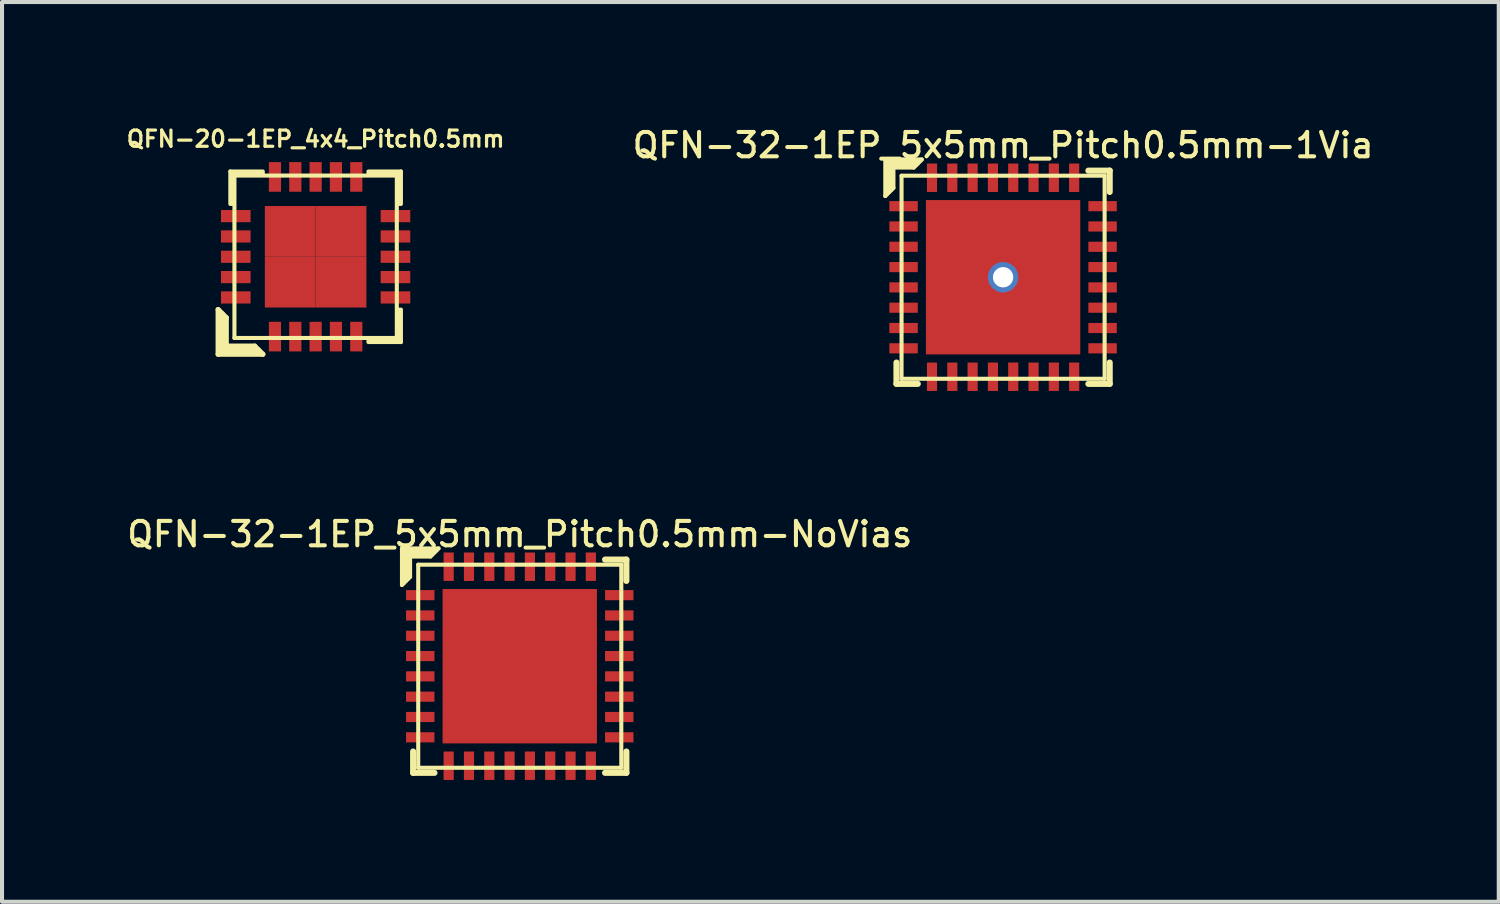
<source format=kicad_pcb>
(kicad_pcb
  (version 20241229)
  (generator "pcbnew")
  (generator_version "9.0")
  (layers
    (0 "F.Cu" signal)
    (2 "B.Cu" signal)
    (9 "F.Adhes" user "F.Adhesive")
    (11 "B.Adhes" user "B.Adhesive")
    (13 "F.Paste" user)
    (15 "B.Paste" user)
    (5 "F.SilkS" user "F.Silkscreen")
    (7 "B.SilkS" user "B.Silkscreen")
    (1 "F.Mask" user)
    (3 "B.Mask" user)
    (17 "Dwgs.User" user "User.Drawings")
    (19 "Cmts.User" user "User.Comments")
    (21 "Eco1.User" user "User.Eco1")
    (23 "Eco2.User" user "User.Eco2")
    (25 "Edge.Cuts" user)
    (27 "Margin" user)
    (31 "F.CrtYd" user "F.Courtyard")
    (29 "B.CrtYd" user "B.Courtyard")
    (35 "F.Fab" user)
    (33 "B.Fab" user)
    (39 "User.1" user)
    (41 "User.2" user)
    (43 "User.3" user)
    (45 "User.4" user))
  (footprint "QFN-32-1EP_5x5mm_Pitch0.5mm-1Via"
    (layer "F.Cu")
    (at 21.647 3.776)
    (property "Reference" "QFN-32-1EP_5x5mm_Pitch0.5mm-1Via" (at 0 -3.25 0) (layer "F.SilkS") (effects (font (size 0.6 0.6) (thickness 0.1))))
    (attr smd)
    (fp_line (start -2.9 -2.9) (end -2.9 -2) (stroke (width 0.1) (type solid)) (layer "F.SilkS"))
    (fp_line (start -2.9 -2) (end -2.7 -2.2) (stroke (width 0.1) (type solid)) (layer "F.SilkS"))
    (fp_line (start -2.85 -2.85) (end -2.05 -2.85) (stroke (width 0.1) (type solid)) (layer "F.SilkS"))
    (fp_line (start -2.85 -2.05) (end -2.85 -2.85) (stroke (width 0.1) (type solid)) (layer "F.SilkS"))
    (fp_line (start -2.8 -2.1) (end -2.8 -2.8) (stroke (width 0.1) (type solid)) (layer "F.SilkS"))
    (fp_line (start -2.75 -2.75) (end -2.15 -2.75) (stroke (width 0.1) (type solid)) (layer "F.SilkS"))
    (fp_line (start -2.75 -2.15) (end -2.75 -2.75) (stroke (width 0.1) (type solid)) (layer "F.SilkS"))
    (fp_line (start -2.7 -2.2) (end -2.7 -2.7) (stroke (width 0.1) (type solid)) (layer "F.SilkS"))
    (fp_line (start -2.625 2.625) (end -2.625 2.1) (stroke (width 0.15) (type solid)) (layer "F.SilkS"))
    (fp_line (start -2.625 2.625) (end -2.1 2.625) (stroke (width 0.15) (type solid)) (layer "F.SilkS"))
    (fp_line (start -2.5 -2.5) (end 2.5 -2.5) (stroke (width 0.1) (type solid)) (layer "F.SilkS"))
    (fp_line (start -2.5 2.5) (end -2.5 -2.5) (stroke (width 0.1) (type solid)) (layer "F.SilkS"))
    (fp_line (start -2.2 -2.7) (end -2.7 -2.7) (stroke (width 0.1) (type solid)) (layer "F.SilkS"))
    (fp_line (start -2.2 -2.7) (end -2 -2.9) (stroke (width 0.1) (type solid)) (layer "F.SilkS"))
    (fp_line (start -2.1 -2.8) (end -2.8 -2.8) (stroke (width 0.1) (type solid)) (layer "F.SilkS"))
    (fp_line (start -2 -2.9) (end -2.9 -2.9) (stroke (width 0.1) (type solid)) (layer "F.SilkS"))
    (fp_line (start 2.5 -2.5) (end 2.5 2.5) (stroke (width 0.1) (type solid)) (layer "F.SilkS"))
    (fp_line (start 2.5 2.5) (end -2.5 2.5) (stroke (width 0.1) (type solid)) (layer "F.SilkS"))
    (fp_line (start 2.625 -2.625) (end 2.1 -2.625) (stroke (width 0.15) (type solid)) (layer "F.SilkS"))
    (fp_line (start 2.625 -2.625) (end 2.625 -2.1) (stroke (width 0.15) (type solid)) (layer "F.SilkS"))
    (fp_line (start 2.625 2.625) (end 2.1 2.625) (stroke (width 0.15) (type solid)) (layer "F.SilkS"))
    (fp_line (start 2.625 2.625) (end 2.625 2.1) (stroke (width 0.15) (type solid)) (layer "F.SilkS"))
    (fp_rect (start -1.3 -1.3) (end -0.2 -0.2) (stroke (width 0) (type solid)) (fill yes) (layer "F.Paste"))
    (fp_rect (start -1.3 0.2) (end -0.2 1.3) (stroke (width 0) (type solid)) (fill yes) (layer "F.Paste"))
    (fp_rect (start 0.2 -1.3) (end 1.3 -0.2) (stroke (width 0) (type solid)) (fill yes) (layer "F.Paste"))
    (fp_rect (start 0.2 0.2) (end 1.3 1.3) (stroke (width 0) (type solid)) (fill yes) (layer "F.Paste"))
    (pad "1" smd rect (at -2.45 -1.75) (size 0.7 0.25) (layers "F.Cu" "F.Mask" "F.Paste"))
    (pad "2" smd rect (at -2.45 -1.25) (size 0.7 0.25) (layers "F.Cu" "F.Mask" "F.Paste"))
    (pad "3" smd rect (at -2.45 -0.75) (size 0.7 0.25) (layers "F.Cu" "F.Mask" "F.Paste"))
    (pad "4" smd rect (at -2.45 -0.25) (size 0.7 0.25) (layers "F.Cu" "F.Mask" "F.Paste"))
    (pad "5" smd rect (at -2.45 0.25) (size 0.7 0.25) (layers "F.Cu" "F.Mask" "F.Paste"))
    (pad "6" smd rect (at -2.45 0.75) (size 0.7 0.25) (layers "F.Cu" "F.Mask" "F.Paste"))
    (pad "7" smd rect (at -2.45 1.25) (size 0.7 0.25) (layers "F.Cu" "F.Mask" "F.Paste"))
    (pad "8" smd rect (at -2.45 1.75) (size 0.7 0.25) (layers "F.Cu" "F.Mask" "F.Paste"))
    (pad "9" smd rect (at -1.75 2.45 90) (size 0.7 0.25) (layers "F.Cu" "F.Mask" "F.Paste"))
    (pad "10" smd rect (at -1.25 2.45 90) (size 0.7 0.25) (layers "F.Cu" "F.Mask" "F.Paste"))
    (pad "11" smd rect (at -0.75 2.45 90) (size 0.7 0.25) (layers "F.Cu" "F.Mask" "F.Paste"))
    (pad "12" smd rect (at -0.25 2.45 90) (size 0.7 0.25) (layers "F.Cu" "F.Mask" "F.Paste"))
    (pad "13" smd rect (at 0.25 2.45 90) (size 0.7 0.25) (layers "F.Cu" "F.Mask" "F.Paste"))
    (pad "14" smd rect (at 0.75 2.45 90) (size 0.7 0.25) (layers "F.Cu" "F.Mask" "F.Paste"))
    (pad "15" smd rect (at 1.25 2.45 90) (size 0.7 0.25) (layers "F.Cu" "F.Mask" "F.Paste"))
    (pad "16" smd rect (at 1.75 2.45 90) (size 0.7 0.25) (layers "F.Cu" "F.Mask" "F.Paste"))
    (pad "17" smd rect (at 2.45 1.75) (size 0.7 0.25) (layers "F.Cu" "F.Mask" "F.Paste"))
    (pad "18" smd rect (at 2.45 1.25) (size 0.7 0.25) (layers "F.Cu" "F.Mask" "F.Paste"))
    (pad "19" smd rect (at 2.45 0.75) (size 0.7 0.25) (layers "F.Cu" "F.Mask" "F.Paste"))
    (pad "20" smd rect (at 2.45 0.25) (size 0.7 0.25) (layers "F.Cu" "F.Mask" "F.Paste"))
    (pad "21" smd rect (at 2.45 -0.25) (size 0.7 0.25) (layers "F.Cu" "F.Mask" "F.Paste"))
    (pad "22" smd rect (at 2.45 -0.75) (size 0.7 0.25) (layers "F.Cu" "F.Mask" "F.Paste"))
    (pad "23" smd rect (at 2.45 -1.25) (size 0.7 0.25) (layers "F.Cu" "F.Mask" "F.Paste"))
    (pad "24" smd rect (at 2.45 -1.75) (size 0.7 0.25) (layers "F.Cu" "F.Mask" "F.Paste"))
    (pad "25" smd rect (at 1.75 -2.45 90) (size 0.7 0.25) (layers "F.Cu" "F.Mask" "F.Paste"))
    (pad "26" smd rect (at 1.25 -2.45 90) (size 0.7 0.25) (layers "F.Cu" "F.Mask" "F.Paste"))
    (pad "27" smd rect (at 0.75 -2.45 90) (size 0.7 0.25) (layers "F.Cu" "F.Mask" "F.Paste"))
    (pad "28" smd rect (at 0.25 -2.45 90) (size 0.7 0.25) (layers "F.Cu" "F.Mask" "F.Paste"))
    (pad "29" smd rect (at -0.25 -2.45 90) (size 0.7 0.25) (layers "F.Cu" "F.Mask" "F.Paste"))
    (pad "30" smd rect (at -0.75 -2.45 90) (size 0.7 0.25) (layers "F.Cu" "F.Mask" "F.Paste"))
    (pad "31" smd rect (at -1.25 -2.45 90) (size 0.7 0.25) (layers "F.Cu" "F.Mask" "F.Paste"))
    (pad "32" smd rect (at -1.75 -2.45 90) (size 0.7 0.25) (layers "F.Cu" "F.Mask" "F.Paste"))
    (pad "33" thru_hole circle (at 0 0) (size 0.75 0.75) (drill 0.5) (layers "*.Cu" "*.Mask"))
    (pad "33" smd rect (at 0 0) (size 3.8 3.8) (layers "F.Cu" "F.Mask")))
  (footprint "QFN-32-1EP_5x5mm_Pitch0.5mm-NoVias"
    (layer "F.Cu")
    (at 9.747 13.353)
    (property "Reference" "QFN-32-1EP_5x5mm_Pitch0.5mm-NoVias" (at 0 -3.25 0) (layer "F.SilkS") (effects (font (size 0.6 0.6) (thickness 0.1))))
    (attr smd)
    (fp_line (start -2.9 -2.9) (end -2.9 -2) (stroke (width 0.1) (type solid)) (layer "F.SilkS"))
    (fp_line (start -2.9 -2) (end -2.7 -2.2) (stroke (width 0.1) (type solid)) (layer "F.SilkS"))
    (fp_line (start -2.85 -2.85) (end -2.05 -2.85) (stroke (width 0.1) (type solid)) (layer "F.SilkS"))
    (fp_line (start -2.85 -2.05) (end -2.85 -2.85) (stroke (width 0.1) (type solid)) (layer "F.SilkS"))
    (fp_line (start -2.8 -2.1) (end -2.8 -2.8) (stroke (width 0.1) (type solid)) (layer "F.SilkS"))
    (fp_line (start -2.75 -2.75) (end -2.15 -2.75) (stroke (width 0.1) (type solid)) (layer "F.SilkS"))
    (fp_line (start -2.75 -2.15) (end -2.75 -2.75) (stroke (width 0.1) (type solid)) (layer "F.SilkS"))
    (fp_line (start -2.7 -2.2) (end -2.7 -2.7) (stroke (width 0.1) (type solid)) (layer "F.SilkS"))
    (fp_line (start -2.625 2.625) (end -2.625 2.1) (stroke (width 0.15) (type solid)) (layer "F.SilkS"))
    (fp_line (start -2.625 2.625) (end -2.1 2.625) (stroke (width 0.15) (type solid)) (layer "F.SilkS"))
    (fp_line (start -2.5 -2.5) (end 2.5 -2.5) (stroke (width 0.1) (type solid)) (layer "F.SilkS"))
    (fp_line (start -2.5 2.5) (end -2.5 -2.5) (stroke (width 0.1) (type solid)) (layer "F.SilkS"))
    (fp_line (start -2.2 -2.7) (end -2.7 -2.7) (stroke (width 0.1) (type solid)) (layer "F.SilkS"))
    (fp_line (start -2.2 -2.7) (end -2 -2.9) (stroke (width 0.1) (type solid)) (layer "F.SilkS"))
    (fp_line (start -2.1 -2.8) (end -2.8 -2.8) (stroke (width 0.1) (type solid)) (layer "F.SilkS"))
    (fp_line (start -2 -2.9) (end -2.9 -2.9) (stroke (width 0.1) (type solid)) (layer "F.SilkS"))
    (fp_line (start 2.5 -2.5) (end 2.5 2.5) (stroke (width 0.1) (type solid)) (layer "F.SilkS"))
    (fp_line (start 2.5 2.5) (end -2.5 2.5) (stroke (width 0.1) (type solid)) (layer "F.SilkS"))
    (fp_line (start 2.625 -2.625) (end 2.1 -2.625) (stroke (width 0.15) (type solid)) (layer "F.SilkS"))
    (fp_line (start 2.625 -2.625) (end 2.625 -2.1) (stroke (width 0.15) (type solid)) (layer "F.SilkS"))
    (fp_line (start 2.625 2.625) (end 2.1 2.625) (stroke (width 0.15) (type solid)) (layer "F.SilkS"))
    (fp_line (start 2.625 2.625) (end 2.625 2.1) (stroke (width 0.15) (type solid)) (layer "F.SilkS"))
    (fp_rect (start -1.3 -1.3) (end -0.2 -0.2) (stroke (width 0) (type solid)) (fill yes) (layer "F.Paste"))
    (fp_rect (start -1.3 0.2) (end -0.2 1.3) (stroke (width 0) (type solid)) (fill yes) (layer "F.Paste"))
    (fp_rect (start 0.2 -1.3) (end 1.3 -0.2) (stroke (width 0) (type solid)) (fill yes) (layer "F.Paste"))
    (fp_rect (start 0.2 0.2) (end 1.3 1.3) (stroke (width 0) (type solid)) (fill yes) (layer "F.Paste"))
    (pad "1" smd rect (at -2.45 -1.75) (size 0.7 0.25) (layers "F.Cu" "F.Mask" "F.Paste"))
    (pad "2" smd rect (at -2.45 -1.25) (size 0.7 0.25) (layers "F.Cu" "F.Mask" "F.Paste"))
    (pad "3" smd rect (at -2.45 -0.75) (size 0.7 0.25) (layers "F.Cu" "F.Mask" "F.Paste"))
    (pad "4" smd rect (at -2.45 -0.25) (size 0.7 0.25) (layers "F.Cu" "F.Mask" "F.Paste"))
    (pad "5" smd rect (at -2.45 0.25) (size 0.7 0.25) (layers "F.Cu" "F.Mask" "F.Paste"))
    (pad "6" smd rect (at -2.45 0.75) (size 0.7 0.25) (layers "F.Cu" "F.Mask" "F.Paste"))
    (pad "7" smd rect (at -2.45 1.25) (size 0.7 0.25) (layers "F.Cu" "F.Mask" "F.Paste"))
    (pad "8" smd rect (at -2.45 1.75) (size 0.7 0.25) (layers "F.Cu" "F.Mask" "F.Paste"))
    (pad "9" smd rect (at -1.75 2.45 90) (size 0.7 0.25) (layers "F.Cu" "F.Mask" "F.Paste"))
    (pad "10" smd rect (at -1.25 2.45 90) (size 0.7 0.25) (layers "F.Cu" "F.Mask" "F.Paste"))
    (pad "11" smd rect (at -0.75 2.45 90) (size 0.7 0.25) (layers "F.Cu" "F.Mask" "F.Paste"))
    (pad "12" smd rect (at -0.25 2.45 90) (size 0.7 0.25) (layers "F.Cu" "F.Mask" "F.Paste"))
    (pad "13" smd rect (at 0.25 2.45 90) (size 0.7 0.25) (layers "F.Cu" "F.Mask" "F.Paste"))
    (pad "14" smd rect (at 0.75 2.45 90) (size 0.7 0.25) (layers "F.Cu" "F.Mask" "F.Paste"))
    (pad "15" smd rect (at 1.25 2.45 90) (size 0.7 0.25) (layers "F.Cu" "F.Mask" "F.Paste"))
    (pad "16" smd rect (at 1.75 2.45 90) (size 0.7 0.25) (layers "F.Cu" "F.Mask" "F.Paste"))
    (pad "17" smd rect (at 2.45 1.75) (size 0.7 0.25) (layers "F.Cu" "F.Mask" "F.Paste"))
    (pad "18" smd rect (at 2.45 1.25) (size 0.7 0.25) (layers "F.Cu" "F.Mask" "F.Paste"))
    (pad "19" smd rect (at 2.45 0.75) (size 0.7 0.25) (layers "F.Cu" "F.Mask" "F.Paste"))
    (pad "20" smd rect (at 2.45 0.25) (size 0.7 0.25) (layers "F.Cu" "F.Mask" "F.Paste"))
    (pad "21" smd rect (at 2.45 -0.25) (size 0.7 0.25) (layers "F.Cu" "F.Mask" "F.Paste"))
    (pad "22" smd rect (at 2.45 -0.75) (size 0.7 0.25) (layers "F.Cu" "F.Mask" "F.Paste"))
    (pad "23" smd rect (at 2.45 -1.25) (size 0.7 0.25) (layers "F.Cu" "F.Mask" "F.Paste"))
    (pad "24" smd rect (at 2.45 -1.75) (size 0.7 0.25) (layers "F.Cu" "F.Mask" "F.Paste"))
    (pad "25" smd rect (at 1.75 -2.45 90) (size 0.7 0.25) (layers "F.Cu" "F.Mask" "F.Paste"))
    (pad "26" smd rect (at 1.25 -2.45 90) (size 0.7 0.25) (layers "F.Cu" "F.Mask" "F.Paste"))
    (pad "27" smd rect (at 0.75 -2.45 90) (size 0.7 0.25) (layers "F.Cu" "F.Mask" "F.Paste"))
    (pad "28" smd rect (at 0.25 -2.45 90) (size 0.7 0.25) (layers "F.Cu" "F.Mask" "F.Paste"))
    (pad "29" smd rect (at -0.25 -2.45 90) (size 0.7 0.25) (layers "F.Cu" "F.Mask" "F.Paste"))
    (pad "30" smd rect (at -0.75 -2.45 90) (size 0.7 0.25) (layers "F.Cu" "F.Mask" "F.Paste"))
    (pad "31" smd rect (at -1.25 -2.45 90) (size 0.7 0.25) (layers "F.Cu" "F.Mask" "F.Paste"))
    (pad "32" smd rect (at -1.75 -2.45 90) (size 0.7 0.25) (layers "F.Cu" "F.Mask" "F.Paste"))
    (pad "33" smd rect (at 0 0) (size 3.8 3.8) (layers "F.Cu" "F.Mask")))
  (footprint "QFN-20-1EP_4x4_Pitch0.5mm"
    (layer "F.Cu")
    (at 4.721 3.272)
    (property "Reference" "QFN-20-1EP_4x4_Pitch0.5mm" (at 0 -2.901 0) (layer "F.SilkS") (effects (font (size 0.399 0.399) (thickness 0.079))))
    (attr smd)
    (fp_line (start -2.4 1.3) (end -2.2 1.5) (stroke (width 0.127) (type solid)) (layer "F.SilkS"))
    (fp_line (start -2.4 2.4) (end -2.4 1.3) (stroke (width 0.127) (type solid)) (layer "F.SilkS"))
    (fp_line (start -2.3 1.4) (end -2.3 2.3) (stroke (width 0.127) (type solid)) (layer "F.SilkS"))
    (fp_line (start -2.3 2.3) (end -1.4 2.3) (stroke (width 0.127) (type solid)) (layer "F.SilkS"))
    (fp_line (start -2.2 1.5) (end -2.2 2.2) (stroke (width 0.127) (type solid)) (layer "F.SilkS"))
    (fp_line (start -2.2 2.2) (end -1.5 2.2) (stroke (width 0.127) (type solid)) (layer "F.SilkS"))
    (fp_line (start -2.1 -2.1) (end -2.1 -1.3) (stroke (width 0.1) (type solid)) (layer "F.SilkS"))
    (fp_line (start -2.05 -2.05) (end -2.05 -1.3) (stroke (width 0.1) (type solid)) (layer "F.SilkS"))
    (fp_line (start -1.999 -1.999) (end 1.999 -1.999) (stroke (width 0.1) (type solid)) (layer "F.SilkS"))
    (fp_line (start -1.999 1.999) (end -1.999 -1.999) (stroke (width 0.1) (type solid)) (layer "F.SilkS"))
    (fp_line (start -1.5 2.2) (end -1.3 2.4) (stroke (width 0.127) (type solid)) (layer "F.SilkS"))
    (fp_line (start -1.3 -2.1) (end -2.1 -2.1) (stroke (width 0.1) (type solid)) (layer "F.SilkS"))
    (fp_line (start -1.3 -2.05) (end -2.05 -2.05) (stroke (width 0.1) (type solid)) (layer "F.SilkS"))
    (fp_line (start -1.3 2.4) (end -2.4 2.4) (stroke (width 0.127) (type solid)) (layer "F.SilkS"))
    (fp_line (start 1.3 2.05) (end 2.05 2.05) (stroke (width 0.1) (type solid)) (layer "F.SilkS"))
    (fp_line (start 1.999 -1.999) (end 1.999 1.999) (stroke (width 0.1) (type solid)) (layer "F.SilkS"))
    (fp_line (start 1.999 1.999) (end -1.999 1.999) (stroke (width 0.1) (type solid)) (layer "F.SilkS"))
    (fp_line (start 2.05 -2.05) (end 1.3 -2.05) (stroke (width 0.1) (type solid)) (layer "F.SilkS"))
    (fp_line (start 2.05 -1.3) (end 2.05 -2.05) (stroke (width 0.1) (type solid)) (layer "F.SilkS"))
    (fp_line (start 2.05 2.05) (end 2.05 1.3) (stroke (width 0.1) (type solid)) (layer "F.SilkS"))
    (fp_line (start 2.1 -2.1) (end 1.3 -2.1) (stroke (width 0.1) (type solid)) (layer "F.SilkS"))
    (fp_line (start 2.1 -1.3) (end 2.1 -2.1) (stroke (width 0.1) (type solid)) (layer "F.SilkS"))
    (fp_line (start 2.1 1.3) (end 2.1 2.1) (stroke (width 0.1) (type solid)) (layer "F.SilkS"))
    (fp_line (start 2.1 2.1) (end 1.3 2.1) (stroke (width 0.1) (type solid)) (layer "F.SilkS"))
    (pad "1" smd rect (at -1.001 1.966) (size 0.3 0.729) (layers "F.Cu" "F.Mask" "F.Paste"))
    (pad "2" smd rect (at -0.5 1.966) (size 0.3 0.729) (layers "F.Cu" "F.Mask" "F.Paste"))
    (pad "3" smd rect (at 0 1.966) (size 0.3 0.729) (layers "F.Cu" "F.Mask" "F.Paste"))
    (pad "4" smd rect (at 0.5 1.966) (size 0.3 0.729) (layers "F.Cu" "F.Mask" "F.Paste"))
    (pad "5" smd rect (at 1.001 1.966) (size 0.3 0.729) (layers "F.Cu" "F.Mask" "F.Paste"))
    (pad "6" smd rect (at 1.966 1.001) (size 0.729 0.3) (layers "F.Cu" "F.Mask" "F.Paste"))
    (pad "7" smd rect (at 1.966 0.5) (size 0.729 0.3) (layers "F.Cu" "F.Mask" "F.Paste"))
    (pad "8" smd rect (at 1.966 0) (size 0.729 0.3) (layers "F.Cu" "F.Mask" "F.Paste"))
    (pad "9" smd rect (at 1.966 -0.5) (size 0.729 0.3) (layers "F.Cu" "F.Mask" "F.Paste"))
    (pad "10" smd rect (at 1.966 -1.001) (size 0.729 0.3) (layers "F.Cu" "F.Mask" "F.Paste"))
    (pad "11" smd rect (at 1.001 -1.966) (size 0.3 0.729) (layers "F.Cu" "F.Mask" "F.Paste"))
    (pad "12" smd rect (at 0.5 -1.966) (size 0.3 0.729) (layers "F.Cu" "F.Mask" "F.Paste"))
    (pad "13" smd rect (at 0 -1.966) (size 0.3 0.729) (layers "F.Cu" "F.Mask" "F.Paste"))
    (pad "14" smd rect (at -0.5 -1.966) (size 0.3 0.729) (layers "F.Cu" "F.Mask" "F.Paste"))
    (pad "15" smd rect (at -1.001 -1.966) (size 0.3 0.729) (layers "F.Cu" "F.Mask" "F.Paste"))
    (pad "16" smd rect (at -1.966 -1.001) (size 0.729 0.3) (layers "F.Cu" "F.Mask" "F.Paste"))
    (pad "17" smd rect (at -1.966 -0.5) (size 0.729 0.3) (layers "F.Cu" "F.Mask" "F.Paste"))
    (pad "18" smd rect (at -1.966 0) (size 0.729 0.3) (layers "F.Cu" "F.Mask" "F.Paste"))
    (pad "19" smd rect (at -1.966 0.5) (size 0.729 0.3) (layers "F.Cu" "F.Mask" "F.Paste"))
    (pad "20" smd rect (at -1.966 1.001) (size 0.729 0.3) (layers "F.Cu" "F.Mask" "F.Paste"))
    (pad "21" smd rect (at -0.625 -0.625) (size 1.25 1.25) (layers "F.Cu" "F.Mask" "F.Paste"))
    (pad "21" smd rect (at -0.625 0.625) (size 1.25 1.25) (layers "F.Cu" "F.Mask" "F.Paste"))
    (pad "21" smd rect (at 0.625 -0.625) (size 1.25 1.25) (layers "F.Cu" "F.Mask" "F.Paste"))
    (pad "21" smd rect (at 0.625 0.625) (size 1.25 1.25) (layers "F.Cu" "F.Mask" "F.Paste")))
  (gr_rect
    (start -3 -3)
    (end 33.851 19.153)
    (stroke (width 0.1) (type default))
    (fill no)
    (layer "Edge.Cuts")))
</source>
